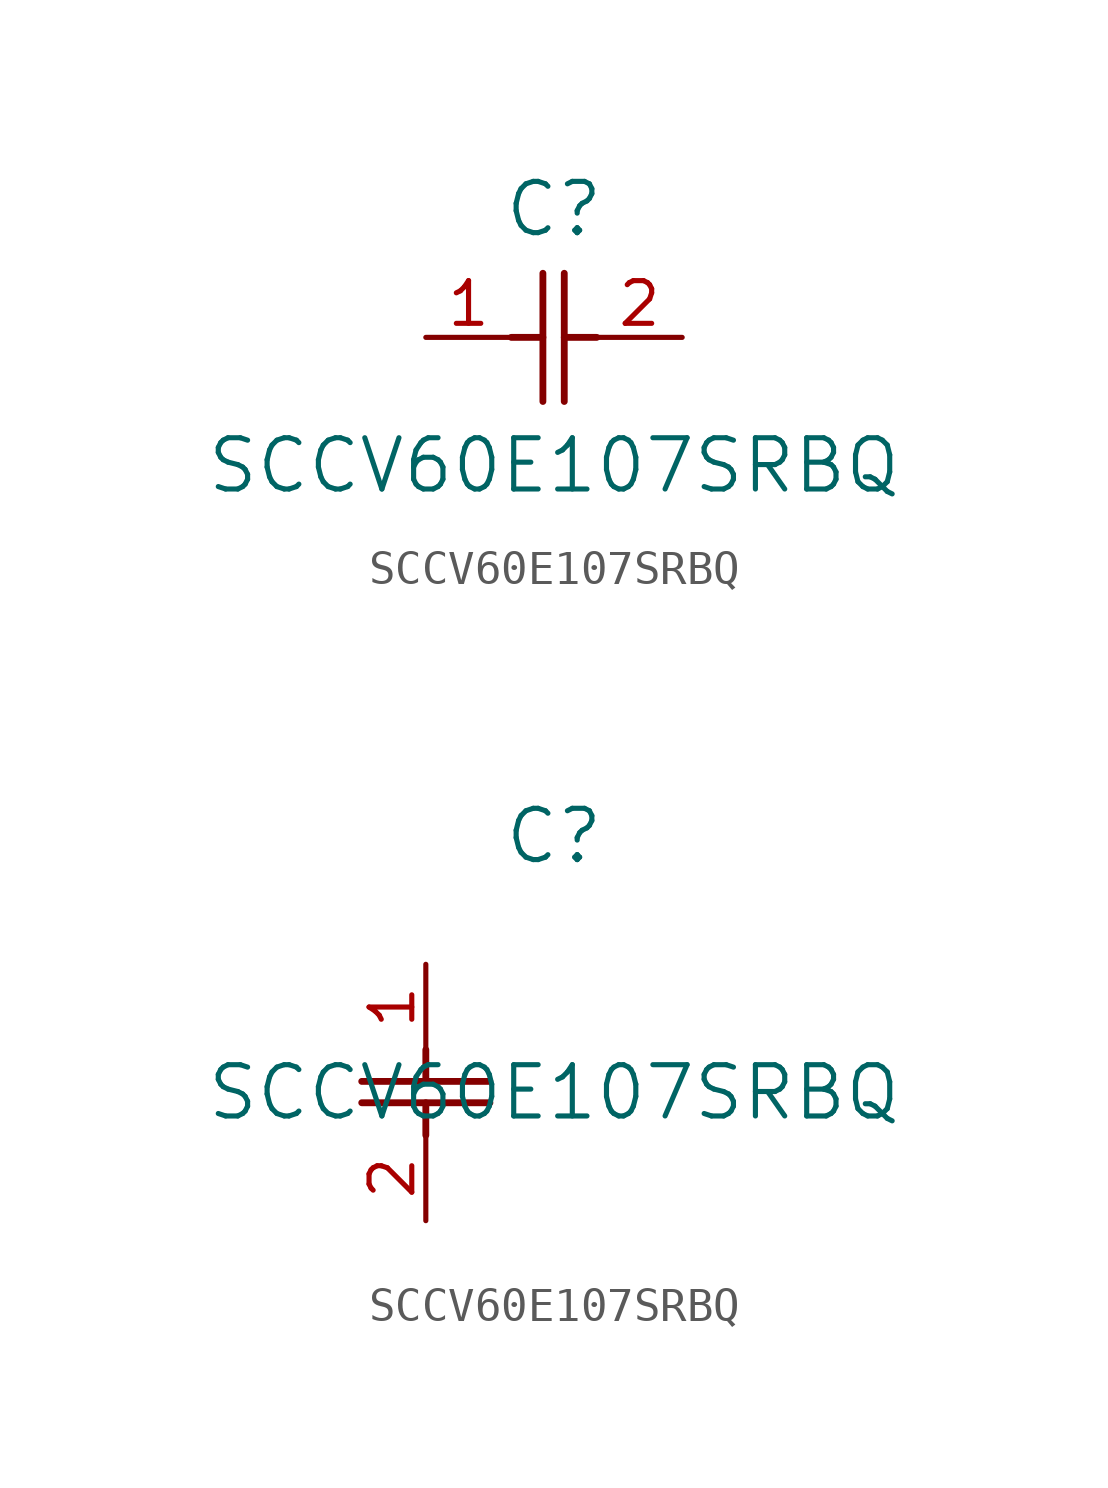
<source format=kicad_sym>
(kicad_symbol_lib
  (version 20211014)
  (generator kicad_symbol_editor)
  (symbol "SCCV60E107SRBQ"
    (pin_names
      (offset 0.254))
    (property "Reference" "C"
      (at 3.81 3.81 0)
      (effects (font (size 1.524 1.524))))
    (property "Value" "SCCV60E107SRBQ"
      (at 3.81 -3.81 0)
      (effects (font (size 1.524 1.524))))
    (symbol "SCCV60E107SRBQ_1_1"
      (polyline (pts (xy 3.48 -1.905) (xy 3.48 1.905)) (stroke (width 0.203) (type default) (color 0 0 0 0)) (fill (type none)))
      (polyline (pts (xy 4.115 -1.905) (xy 4.115 1.905)) (stroke (width 0.203) (type default) (color 0 0 0 0)) (fill (type none)))
      (polyline (pts (xy 4.115 0) (xy 5.08 0)) (stroke (width 0.203) (type default) (color 0 0 0 0)) (fill (type none)))
      (polyline (pts (xy 2.54 0) (xy 3.48 0)) (stroke (width 0.203) (type default) (color 0 0 0 0)) (fill (type none)))
      (pin unspecified line (at 0 0 0) (length 2.54) (name "" (effects (font (size 1.27 1.27)))) (number "1" (effects (font (size 1.27 1.27)))))
      (pin unspecified line (at 7.62 0 180) (length 2.54) (name "" (effects (font (size 1.27 1.27)))) (number "2" (effects (font (size 1.27 1.27))))))
    (symbol "SCCV60E107SRBQ_1_2"
      (polyline (pts (xy -1.905 -3.48) (xy 1.905 -3.48)) (stroke (width 0.203) (type default) (color 0 0 0 0)) (fill (type none)))
      (polyline (pts (xy -1.905 -4.115) (xy 1.905 -4.115)) (stroke (width 0.203) (type default) (color 0 0 0 0)) (fill (type none)))
      (polyline (pts (xy 0 -4.115) (xy 0 -5.08)) (stroke (width 0.203) (type default) (color 0 0 0 0)) (fill (type none)))
      (polyline (pts (xy 0 -2.54) (xy 0 -3.48)) (stroke (width 0.203) (type default) (color 0 0 0 0)) (fill (type none)))
      (pin unspecified line (at 0 0 270) (length 2.54) (name "" (effects (font (size 1.27 1.27)))) (number "1" (effects (font (size 1.27 1.27)))))
      (pin unspecified line (at 0 -7.62 90) (length 2.54) (name "" (effects (font (size 1.27 1.27)))) (number "2" (effects (font (size 1.27 1.27))))))))
</source>
